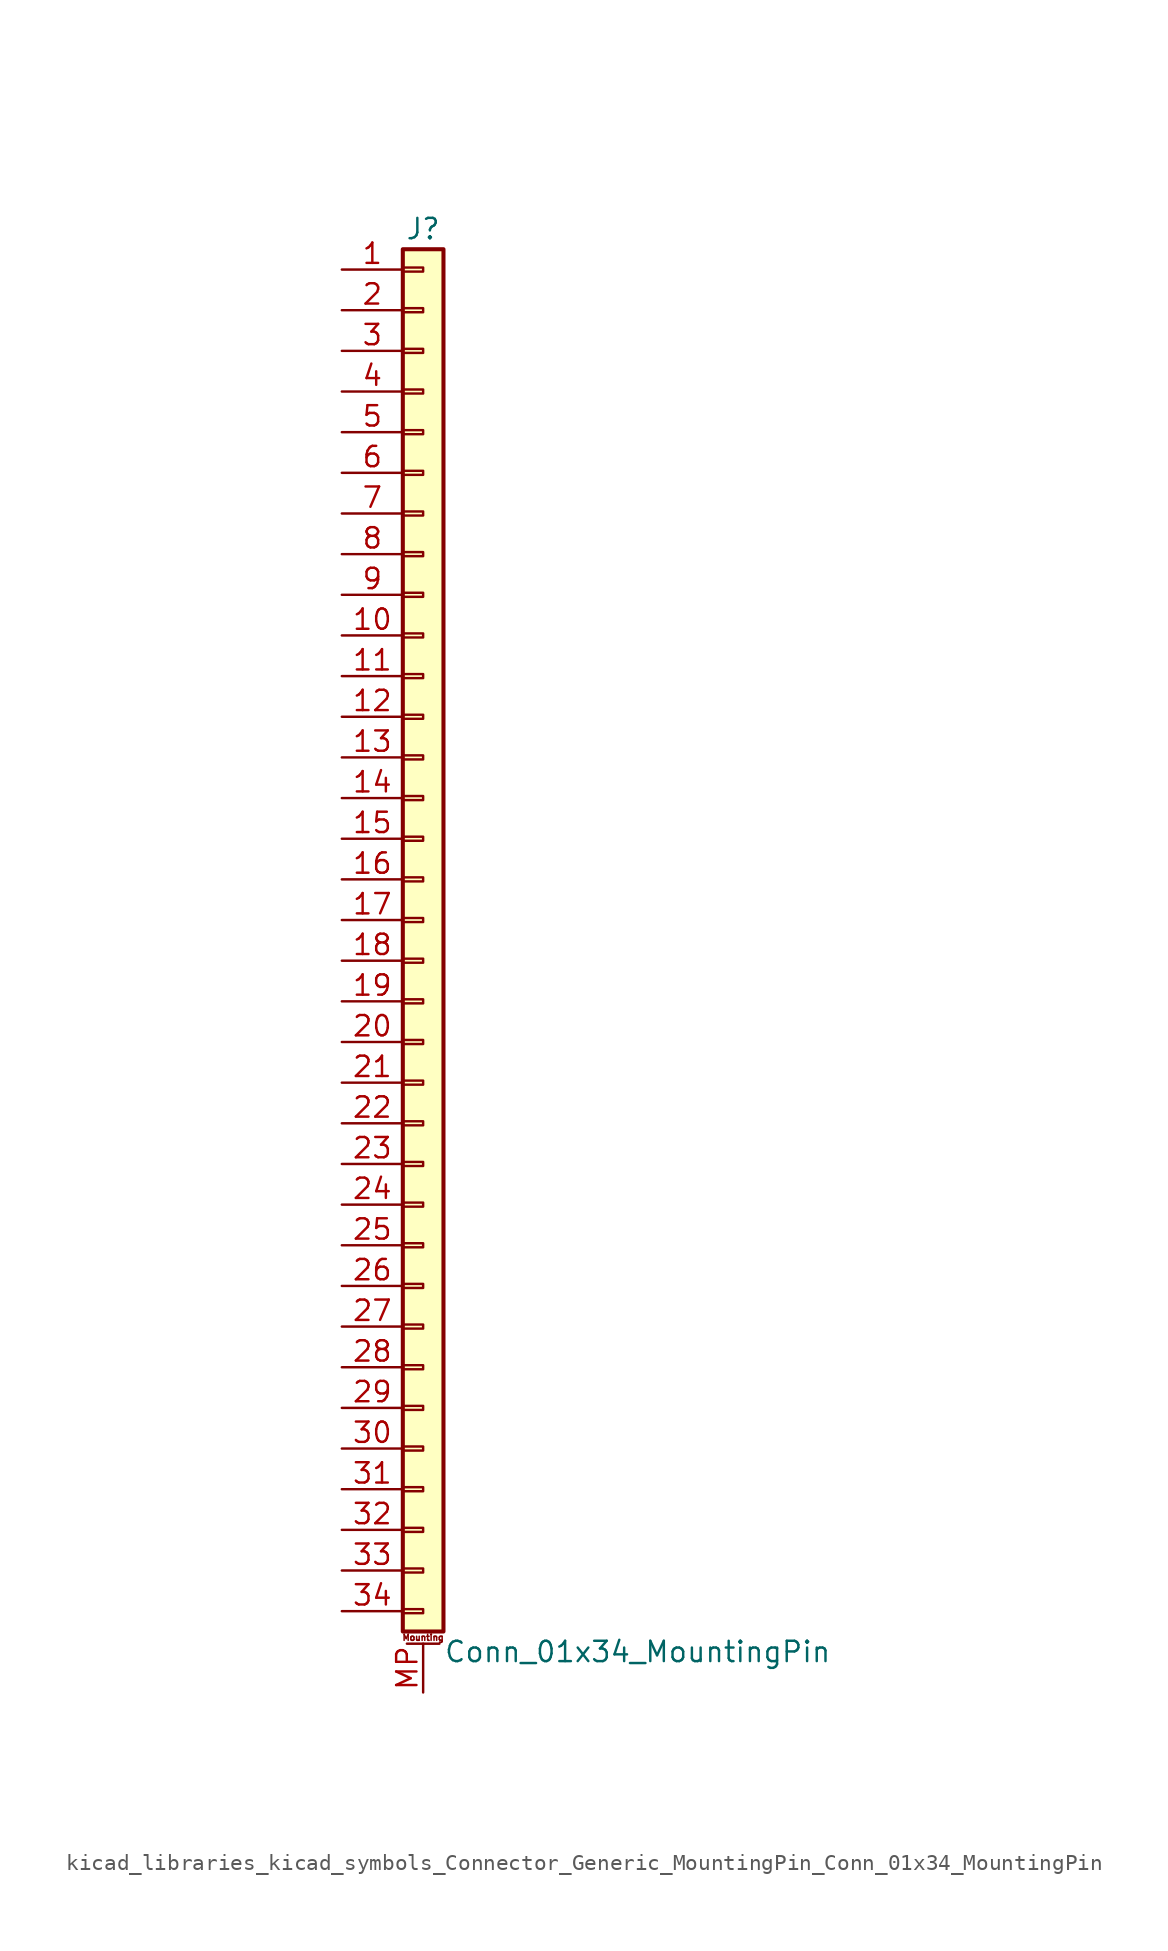
<source format=kicad_sym>
(kicad_symbol_lib
  (version 20220914)
  (generator kicad_symbol_editor)
  (symbol "kicad_libraries_kicad_symbols_Connector_Generic_MountingPin_Conn_01x34_MountingPin"
    (pin_names
      (offset 1.016) hide)
    (property "Reference" "J"
      (at 0 43.18 0)
      (effects (font (size 1.27 1.27))))
    (property "Value" "Conn_01x34_MountingPin"
      (at 1.27 -45.72 0)
      (effects (font (size 1.27 1.27)) (justify left)))
    (symbol "kicad_libraries_kicad_symbols_Connector_Generic_MountingPin_Conn_01x34_MountingPin_1_1"
      (rectangle (start -1.27 -43.053) (end 0 -43.307) (stroke (width 0.152) (type default)) (fill (type none)))
      (rectangle (start -1.27 -40.513) (end 0 -40.767) (stroke (width 0.152) (type default)) (fill (type none)))
      (rectangle (start -1.27 -37.973) (end 0 -38.227) (stroke (width 0.152) (type default)) (fill (type none)))
      (rectangle (start -1.27 -35.433) (end 0 -35.687) (stroke (width 0.152) (type default)) (fill (type none)))
      (rectangle (start -1.27 -32.893) (end 0 -33.147) (stroke (width 0.152) (type default)) (fill (type none)))
      (rectangle (start -1.27 -30.353) (end 0 -30.607) (stroke (width 0.152) (type default)) (fill (type none)))
      (rectangle (start -1.27 -27.813) (end 0 -28.067) (stroke (width 0.152) (type default)) (fill (type none)))
      (rectangle (start -1.27 -25.273) (end 0 -25.527) (stroke (width 0.152) (type default)) (fill (type none)))
      (rectangle (start -1.27 -22.733) (end 0 -22.987) (stroke (width 0.152) (type default)) (fill (type none)))
      (rectangle (start -1.27 -20.193) (end 0 -20.447) (stroke (width 0.152) (type default)) (fill (type none)))
      (rectangle (start -1.27 -17.653) (end 0 -17.907) (stroke (width 0.152) (type default)) (fill (type none)))
      (rectangle (start -1.27 -15.113) (end 0 -15.367) (stroke (width 0.152) (type default)) (fill (type none)))
      (rectangle (start -1.27 -12.573) (end 0 -12.827) (stroke (width 0.152) (type default)) (fill (type none)))
      (rectangle (start -1.27 -10.033) (end 0 -10.287) (stroke (width 0.152) (type default)) (fill (type none)))
      (rectangle (start -1.27 -7.493) (end 0 -7.747) (stroke (width 0.152) (type default)) (fill (type none)))
      (rectangle (start -1.27 -4.953) (end 0 -5.207) (stroke (width 0.152) (type default)) (fill (type none)))
      (rectangle (start -1.27 -2.413) (end 0 -2.667) (stroke (width 0.152) (type default)) (fill (type none)))
      (rectangle (start -1.27 0.127) (end 0 -0.127) (stroke (width 0.152) (type default)) (fill (type none)))
      (rectangle (start -1.27 2.667) (end 0 2.413) (stroke (width 0.152) (type default)) (fill (type none)))
      (rectangle (start -1.27 5.207) (end 0 4.953) (stroke (width 0.152) (type default)) (fill (type none)))
      (rectangle (start -1.27 7.747) (end 0 7.493) (stroke (width 0.152) (type default)) (fill (type none)))
      (rectangle (start -1.27 10.287) (end 0 10.033) (stroke (width 0.152) (type default)) (fill (type none)))
      (rectangle (start -1.27 12.827) (end 0 12.573) (stroke (width 0.152) (type default)) (fill (type none)))
      (rectangle (start -1.27 15.367) (end 0 15.113) (stroke (width 0.152) (type default)) (fill (type none)))
      (rectangle (start -1.27 17.907) (end 0 17.653) (stroke (width 0.152) (type default)) (fill (type none)))
      (rectangle (start -1.27 20.447) (end 0 20.193) (stroke (width 0.152) (type default)) (fill (type none)))
      (rectangle (start -1.27 22.987) (end 0 22.733) (stroke (width 0.152) (type default)) (fill (type none)))
      (rectangle (start -1.27 25.527) (end 0 25.273) (stroke (width 0.152) (type default)) (fill (type none)))
      (rectangle (start -1.27 28.067) (end 0 27.813) (stroke (width 0.152) (type default)) (fill (type none)))
      (rectangle (start -1.27 30.607) (end 0 30.353) (stroke (width 0.152) (type default)) (fill (type none)))
      (rectangle (start -1.27 33.147) (end 0 32.893) (stroke (width 0.152) (type default)) (fill (type none)))
      (rectangle (start -1.27 35.687) (end 0 35.433) (stroke (width 0.152) (type default)) (fill (type none)))
      (rectangle (start -1.27 38.227) (end 0 37.973) (stroke (width 0.152) (type default)) (fill (type none)))
      (rectangle (start -1.27 40.767) (end 0 40.513) (stroke (width 0.152) (type default)) (fill (type none)))
      (rectangle (start -1.27 41.91) (end 1.27 -44.45) (stroke (width 0.254) (type default)) (fill (type background)))
      (polyline (pts (xy -1.016 -45.212) (xy 1.016 -45.212)) (stroke (width 0.152) (type default)) (fill (type none)))
      (text "Mounting" (at 0 -44.831 0) (effects (font (size 0.381 0.381))))
      (pin passive line (at -5.08 40.64 0) (length 3.81) (name "Pin_1" (effects (font (size 1.27 1.27)))) (number "1" (effects (font (size 1.27 1.27)))))
      (pin passive line (at -5.08 17.78 0) (length 3.81) (name "Pin_10" (effects (font (size 1.27 1.27)))) (number "10" (effects (font (size 1.27 1.27)))))
      (pin passive line (at -5.08 15.24 0) (length 3.81) (name "Pin_11" (effects (font (size 1.27 1.27)))) (number "11" (effects (font (size 1.27 1.27)))))
      (pin passive line (at -5.08 12.7 0) (length 3.81) (name "Pin_12" (effects (font (size 1.27 1.27)))) (number "12" (effects (font (size 1.27 1.27)))))
      (pin passive line (at -5.08 10.16 0) (length 3.81) (name "Pin_13" (effects (font (size 1.27 1.27)))) (number "13" (effects (font (size 1.27 1.27)))))
      (pin passive line (at -5.08 7.62 0) (length 3.81) (name "Pin_14" (effects (font (size 1.27 1.27)))) (number "14" (effects (font (size 1.27 1.27)))))
      (pin passive line (at -5.08 5.08 0) (length 3.81) (name "Pin_15" (effects (font (size 1.27 1.27)))) (number "15" (effects (font (size 1.27 1.27)))))
      (pin passive line (at -5.08 2.54 0) (length 3.81) (name "Pin_16" (effects (font (size 1.27 1.27)))) (number "16" (effects (font (size 1.27 1.27)))))
      (pin passive line (at -5.08 0 0) (length 3.81) (name "Pin_17" (effects (font (size 1.27 1.27)))) (number "17" (effects (font (size 1.27 1.27)))))
      (pin passive line (at -5.08 -2.54 0) (length 3.81) (name "Pin_18" (effects (font (size 1.27 1.27)))) (number "18" (effects (font (size 1.27 1.27)))))
      (pin passive line (at -5.08 -5.08 0) (length 3.81) (name "Pin_19" (effects (font (size 1.27 1.27)))) (number "19" (effects (font (size 1.27 1.27)))))
      (pin passive line (at -5.08 38.1 0) (length 3.81) (name "Pin_2" (effects (font (size 1.27 1.27)))) (number "2" (effects (font (size 1.27 1.27)))))
      (pin passive line (at -5.08 -7.62 0) (length 3.81) (name "Pin_20" (effects (font (size 1.27 1.27)))) (number "20" (effects (font (size 1.27 1.27)))))
      (pin passive line (at -5.08 -10.16 0) (length 3.81) (name "Pin_21" (effects (font (size 1.27 1.27)))) (number "21" (effects (font (size 1.27 1.27)))))
      (pin passive line (at -5.08 -12.7 0) (length 3.81) (name "Pin_22" (effects (font (size 1.27 1.27)))) (number "22" (effects (font (size 1.27 1.27)))))
      (pin passive line (at -5.08 -15.24 0) (length 3.81) (name "Pin_23" (effects (font (size 1.27 1.27)))) (number "23" (effects (font (size 1.27 1.27)))))
      (pin passive line (at -5.08 -17.78 0) (length 3.81) (name "Pin_24" (effects (font (size 1.27 1.27)))) (number "24" (effects (font (size 1.27 1.27)))))
      (pin passive line (at -5.08 -20.32 0) (length 3.81) (name "Pin_25" (effects (font (size 1.27 1.27)))) (number "25" (effects (font (size 1.27 1.27)))))
      (pin passive line (at -5.08 -22.86 0) (length 3.81) (name "Pin_26" (effects (font (size 1.27 1.27)))) (number "26" (effects (font (size 1.27 1.27)))))
      (pin passive line (at -5.08 -25.4 0) (length 3.81) (name "Pin_27" (effects (font (size 1.27 1.27)))) (number "27" (effects (font (size 1.27 1.27)))))
      (pin passive line (at -5.08 -27.94 0) (length 3.81) (name "Pin_28" (effects (font (size 1.27 1.27)))) (number "28" (effects (font (size 1.27 1.27)))))
      (pin passive line (at -5.08 -30.48 0) (length 3.81) (name "Pin_29" (effects (font (size 1.27 1.27)))) (number "29" (effects (font (size 1.27 1.27)))))
      (pin passive line (at -5.08 35.56 0) (length 3.81) (name "Pin_3" (effects (font (size 1.27 1.27)))) (number "3" (effects (font (size 1.27 1.27)))))
      (pin passive line (at -5.08 -33.02 0) (length 3.81) (name "Pin_30" (effects (font (size 1.27 1.27)))) (number "30" (effects (font (size 1.27 1.27)))))
      (pin passive line (at -5.08 -35.56 0) (length 3.81) (name "Pin_31" (effects (font (size 1.27 1.27)))) (number "31" (effects (font (size 1.27 1.27)))))
      (pin passive line (at -5.08 -38.1 0) (length 3.81) (name "Pin_32" (effects (font (size 1.27 1.27)))) (number "32" (effects (font (size 1.27 1.27)))))
      (pin passive line (at -5.08 -40.64 0) (length 3.81) (name "Pin_33" (effects (font (size 1.27 1.27)))) (number "33" (effects (font (size 1.27 1.27)))))
      (pin passive line (at -5.08 -43.18 0) (length 3.81) (name "Pin_34" (effects (font (size 1.27 1.27)))) (number "34" (effects (font (size 1.27 1.27)))))
      (pin passive line (at -5.08 33.02 0) (length 3.81) (name "Pin_4" (effects (font (size 1.27 1.27)))) (number "4" (effects (font (size 1.27 1.27)))))
      (pin passive line (at -5.08 30.48 0) (length 3.81) (name "Pin_5" (effects (font (size 1.27 1.27)))) (number "5" (effects (font (size 1.27 1.27)))))
      (pin passive line (at -5.08 27.94 0) (length 3.81) (name "Pin_6" (effects (font (size 1.27 1.27)))) (number "6" (effects (font (size 1.27 1.27)))))
      (pin passive line (at -5.08 25.4 0) (length 3.81) (name "Pin_7" (effects (font (size 1.27 1.27)))) (number "7" (effects (font (size 1.27 1.27)))))
      (pin passive line (at -5.08 22.86 0) (length 3.81) (name "Pin_8" (effects (font (size 1.27 1.27)))) (number "8" (effects (font (size 1.27 1.27)))))
      (pin passive line (at -5.08 20.32 0) (length 3.81) (name "Pin_9" (effects (font (size 1.27 1.27)))) (number "9" (effects (font (size 1.27 1.27)))))
      (pin passive line (at 0 -48.26 90) (length 3.048) (name "MountPin" (effects (font (size 1.27 1.27)))) (number "MP" (effects (font (size 1.27 1.27))))))))
</source>
